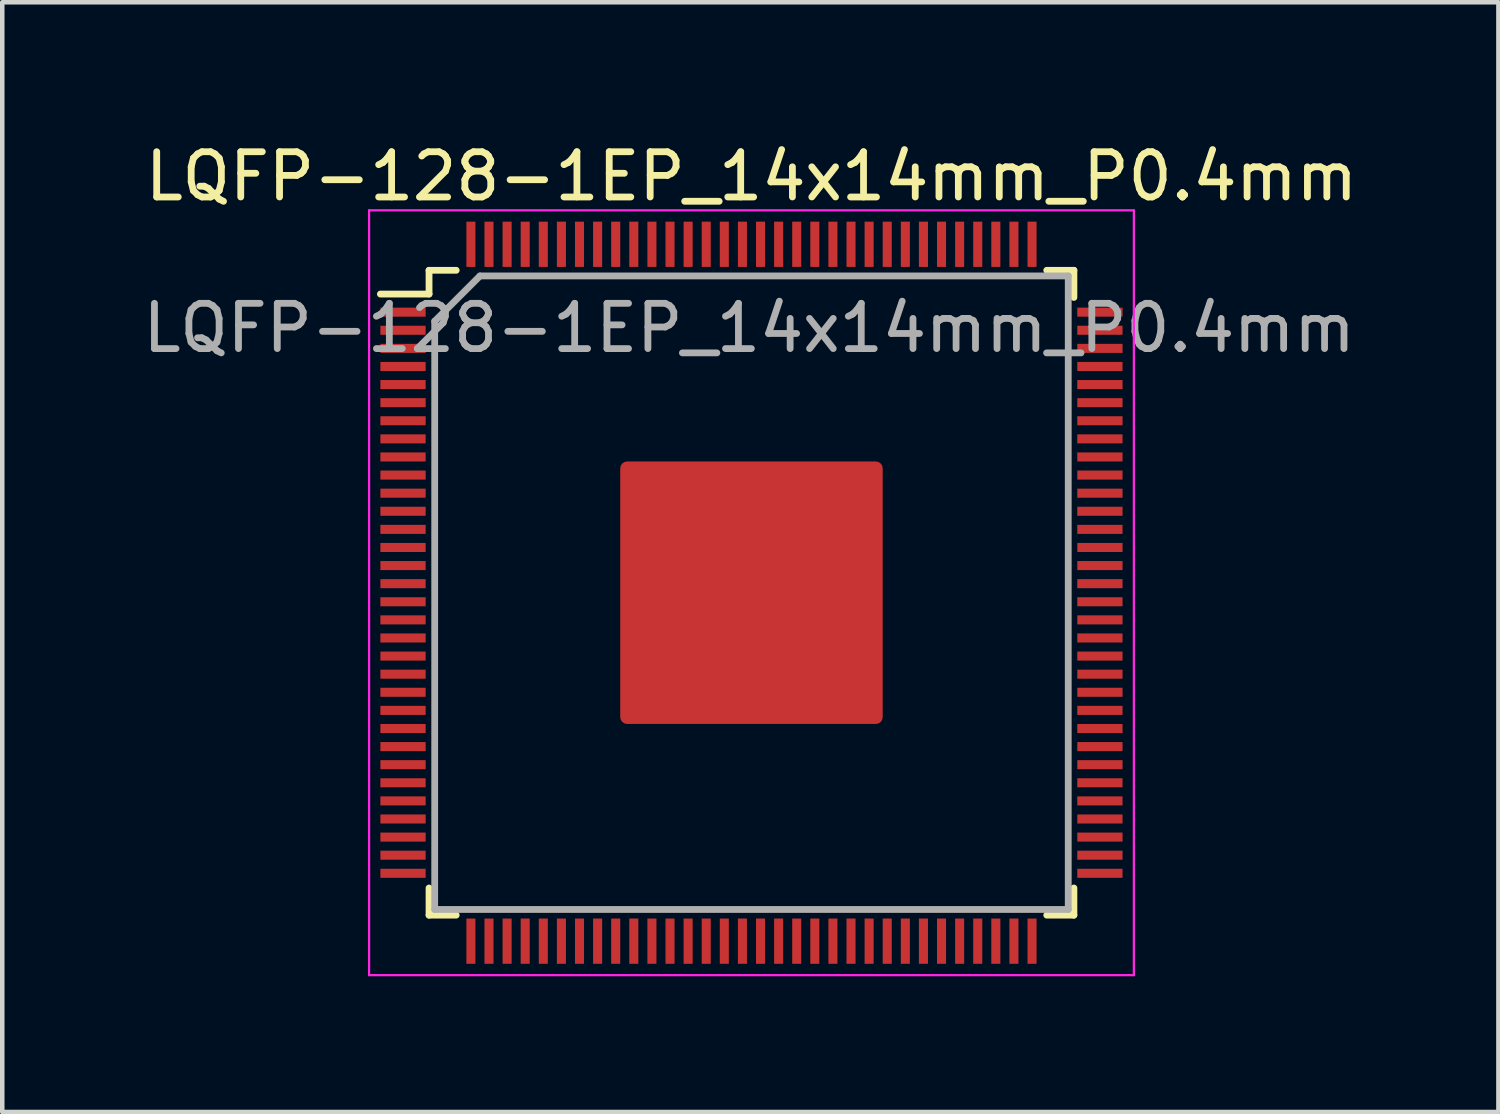
<source format=kicad_pcb>
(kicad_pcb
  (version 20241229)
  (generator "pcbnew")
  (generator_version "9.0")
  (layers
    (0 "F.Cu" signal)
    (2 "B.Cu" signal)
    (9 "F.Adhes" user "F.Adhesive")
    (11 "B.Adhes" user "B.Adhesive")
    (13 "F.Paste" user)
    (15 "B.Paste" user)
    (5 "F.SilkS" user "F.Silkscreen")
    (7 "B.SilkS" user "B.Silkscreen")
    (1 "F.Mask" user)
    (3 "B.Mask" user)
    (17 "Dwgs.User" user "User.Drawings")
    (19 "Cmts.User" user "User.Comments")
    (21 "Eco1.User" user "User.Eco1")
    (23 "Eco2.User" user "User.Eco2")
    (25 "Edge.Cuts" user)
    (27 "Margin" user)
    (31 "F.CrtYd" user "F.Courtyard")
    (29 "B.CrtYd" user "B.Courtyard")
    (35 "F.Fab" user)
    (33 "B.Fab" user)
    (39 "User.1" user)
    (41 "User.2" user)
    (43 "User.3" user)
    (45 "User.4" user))
  (footprint "LQFP-128-1EP_14x14mm_P0.4mm"
    (layer "F.Cu")
    (at 13.556 10.048)
    (property "Reference" "LQFP-128-1EP_14x14mm_P0.4mm" (at 0 -9.2 0) (layer "F.SilkS") (effects (font (size 1 1) (thickness 0.15))))
    (attr smd)
    (fp_line (start -7.125 -7.125) (end -7.125 -6.6) (stroke (width 0.15) (type solid)) (layer "F.SilkS"))
    (fp_line (start -7.125 -7.125) (end -6.525 -7.125) (stroke (width 0.15) (type solid)) (layer "F.SilkS"))
    (fp_line (start -7.125 -6.6) (end -8.2 -6.6) (stroke (width 0.15) (type solid)) (layer "F.SilkS"))
    (fp_line (start -7.125 7.125) (end -7.125 6.525) (stroke (width 0.15) (type solid)) (layer "F.SilkS"))
    (fp_line (start -7.125 7.125) (end -6.525 7.125) (stroke (width 0.15) (type solid)) (layer "F.SilkS"))
    (fp_line (start 7.125 -7.125) (end 6.525 -7.125) (stroke (width 0.15) (type solid)) (layer "F.SilkS"))
    (fp_line (start 7.125 -7.125) (end 7.125 -6.525) (stroke (width 0.15) (type solid)) (layer "F.SilkS"))
    (fp_line (start 7.125 7.125) (end 6.525 7.125) (stroke (width 0.15) (type solid)) (layer "F.SilkS"))
    (fp_line (start 7.125 7.125) (end 7.125 6.525) (stroke (width 0.15) (type solid)) (layer "F.SilkS"))
    (fp_line (start -8.45 -8.45) (end -8.45 8.45) (stroke (width 0.05) (type solid)) (layer "F.CrtYd"))
    (fp_line (start -8.45 -8.45) (end 8.45 -8.45) (stroke (width 0.05) (type solid)) (layer "F.CrtYd"))
    (fp_line (start -8.45 8.45) (end 8.45 8.45) (stroke (width 0.05) (type solid)) (layer "F.CrtYd"))
    (fp_line (start 8.45 -8.45) (end 8.45 8.45) (stroke (width 0.05) (type solid)) (layer "F.CrtYd"))
    (fp_line (start -7 -6) (end -6 -7) (stroke (width 0.15) (type solid)) (layer "F.Fab"))
    (fp_line (start -7 7) (end -7 -6) (stroke (width 0.15) (type solid)) (layer "F.Fab"))
    (fp_line (start -6 -7) (end 7 -7) (stroke (width 0.15) (type solid)) (layer "F.Fab"))
    (fp_line (start 7 -7) (end 7 7) (stroke (width 0.15) (type solid)) (layer "F.Fab"))
    (fp_line (start 7 7) (end -7 7) (stroke (width 0.15) (type solid)) (layer "F.Fab"))
    (fp_text user "${REFERENCE}" (at -0.05 -5.85 0) (layer "F.Fab") (effects (font (size 1 1) (thickness 0.15))))
    (pad "" smd roundrect (at -2 -2) (size 1.5 1.5) (layers "F.Paste") (roundrect_rratio 0.2))
    (pad "" smd roundrect (at -2 0) (size 1.5 1.5) (layers "F.Paste") (roundrect_rratio 0.2))
    (pad "" smd roundrect (at -2 2) (size 1.5 1.5) (layers "F.Paste") (roundrect_rratio 0.2))
    (pad "" smd roundrect (at 0 -2) (size 1.5 1.5) (layers "F.Paste") (roundrect_rratio 0.2))
    (pad "" smd roundrect (at 0 0) (size 1.5 1.5) (layers "F.Paste") (roundrect_rratio 0.2))
    (pad "" smd roundrect (at 0 2) (size 1.5 1.5) (layers "F.Paste") (roundrect_rratio 0.2))
    (pad "" smd roundrect (at 2 -2) (size 1.5 1.5) (layers "F.Paste") (roundrect_rratio 0.2))
    (pad "" smd roundrect (at 2 0) (size 1.5 1.5) (layers "F.Paste") (roundrect_rratio 0.2))
    (pad "" smd roundrect (at 2 2) (size 1.5 1.5) (layers "F.Paste") (roundrect_rratio 0.2))
    (pad "1" smd rect (at -7.7 -6.2) (size 1 0.2) (layers "F.Cu" "F.Mask" "F.Paste"))
    (pad "2" smd rect (at -7.7 -5.8) (size 1 0.2) (layers "F.Cu" "F.Mask" "F.Paste"))
    (pad "3" smd rect (at -7.7 -5.4) (size 1 0.2) (layers "F.Cu" "F.Mask" "F.Paste"))
    (pad "4" smd rect (at -7.7 -5) (size 1 0.2) (layers "F.Cu" "F.Mask" "F.Paste"))
    (pad "5" smd rect (at -7.7 -4.6) (size 1 0.2) (layers "F.Cu" "F.Mask" "F.Paste"))
    (pad "6" smd rect (at -7.7 -4.2) (size 1 0.2) (layers "F.Cu" "F.Mask" "F.Paste"))
    (pad "7" smd rect (at -7.7 -3.8) (size 1 0.2) (layers "F.Cu" "F.Mask" "F.Paste"))
    (pad "8" smd rect (at -7.7 -3.4) (size 1 0.2) (layers "F.Cu" "F.Mask" "F.Paste"))
    (pad "9" smd rect (at -7.7 -3) (size 1 0.2) (layers "F.Cu" "F.Mask" "F.Paste"))
    (pad "10" smd rect (at -7.7 -2.6) (size 1 0.2) (layers "F.Cu" "F.Mask" "F.Paste"))
    (pad "11" smd rect (at -7.7 -2.2) (size 1 0.2) (layers "F.Cu" "F.Mask" "F.Paste"))
    (pad "12" smd rect (at -7.7 -1.8) (size 1 0.2) (layers "F.Cu" "F.Mask" "F.Paste"))
    (pad "13" smd rect (at -7.7 -1.4) (size 1 0.2) (layers "F.Cu" "F.Mask" "F.Paste"))
    (pad "14" smd rect (at -7.7 -1) (size 1 0.2) (layers "F.Cu" "F.Mask" "F.Paste"))
    (pad "15" smd rect (at -7.7 -0.6) (size 1 0.2) (layers "F.Cu" "F.Mask" "F.Paste"))
    (pad "16" smd rect (at -7.7 -0.2) (size 1 0.2) (layers "F.Cu" "F.Mask" "F.Paste"))
    (pad "17" smd rect (at -7.7 0.2) (size 1 0.2) (layers "F.Cu" "F.Mask" "F.Paste"))
    (pad "18" smd rect (at -7.7 0.6) (size 1 0.2) (layers "F.Cu" "F.Mask" "F.Paste"))
    (pad "19" smd rect (at -7.7 1) (size 1 0.2) (layers "F.Cu" "F.Mask" "F.Paste"))
    (pad "20" smd rect (at -7.7 1.4) (size 1 0.2) (layers "F.Cu" "F.Mask" "F.Paste"))
    (pad "21" smd rect (at -7.7 1.8) (size 1 0.2) (layers "F.Cu" "F.Mask" "F.Paste"))
    (pad "22" smd rect (at -7.7 2.2) (size 1 0.2) (layers "F.Cu" "F.Mask" "F.Paste"))
    (pad "23" smd rect (at -7.7 2.6) (size 1 0.2) (layers "F.Cu" "F.Mask" "F.Paste"))
    (pad "24" smd rect (at -7.7 3) (size 1 0.2) (layers "F.Cu" "F.Mask" "F.Paste"))
    (pad "25" smd rect (at -7.7 3.4) (size 1 0.2) (layers "F.Cu" "F.Mask" "F.Paste"))
    (pad "26" smd rect (at -7.7 3.8) (size 1 0.2) (layers "F.Cu" "F.Mask" "F.Paste"))
    (pad "27" smd rect (at -7.7 4.2) (size 1 0.2) (layers "F.Cu" "F.Mask" "F.Paste"))
    (pad "28" smd rect (at -7.7 4.6) (size 1 0.2) (layers "F.Cu" "F.Mask" "F.Paste"))
    (pad "29" smd rect (at -7.7 5) (size 1 0.2) (layers "F.Cu" "F.Mask" "F.Paste"))
    (pad "30" smd rect (at -7.7 5.4) (size 1 0.2) (layers "F.Cu" "F.Mask" "F.Paste"))
    (pad "31" smd rect (at -7.7 5.8) (size 1 0.2) (layers "F.Cu" "F.Mask" "F.Paste"))
    (pad "32" smd rect (at -7.7 6.2) (size 1 0.2) (layers "F.Cu" "F.Mask" "F.Paste"))
    (pad "33" smd rect (at -6.2 7.7 90) (size 1 0.2) (layers "F.Cu" "F.Mask" "F.Paste"))
    (pad "34" smd rect (at -5.8 7.7 90) (size 1 0.2) (layers "F.Cu" "F.Mask" "F.Paste"))
    (pad "35" smd rect (at -5.4 7.7 90) (size 1 0.2) (layers "F.Cu" "F.Mask" "F.Paste"))
    (pad "36" smd rect (at -5 7.7 90) (size 1 0.2) (layers "F.Cu" "F.Mask" "F.Paste"))
    (pad "37" smd rect (at -4.6 7.7 90) (size 1 0.2) (layers "F.Cu" "F.Mask" "F.Paste"))
    (pad "38" smd rect (at -4.2 7.7 90) (size 1 0.2) (layers "F.Cu" "F.Mask" "F.Paste"))
    (pad "39" smd rect (at -3.8 7.7 90) (size 1 0.2) (layers "F.Cu" "F.Mask" "F.Paste"))
    (pad "40" smd rect (at -3.4 7.7 90) (size 1 0.2) (layers "F.Cu" "F.Mask" "F.Paste"))
    (pad "41" smd rect (at -3 7.7 90) (size 1 0.2) (layers "F.Cu" "F.Mask" "F.Paste"))
    (pad "42" smd rect (at -2.6 7.7 90) (size 1 0.2) (layers "F.Cu" "F.Mask" "F.Paste"))
    (pad "43" smd rect (at -2.2 7.7 90) (size 1 0.2) (layers "F.Cu" "F.Mask" "F.Paste"))
    (pad "44" smd rect (at -1.8 7.7 90) (size 1 0.2) (layers "F.Cu" "F.Mask" "F.Paste"))
    (pad "45" smd rect (at -1.4 7.7 90) (size 1 0.2) (layers "F.Cu" "F.Mask" "F.Paste"))
    (pad "46" smd rect (at -1 7.7 90) (size 1 0.2) (layers "F.Cu" "F.Mask" "F.Paste"))
    (pad "47" smd rect (at -0.6 7.7 90) (size 1 0.2) (layers "F.Cu" "F.Mask" "F.Paste"))
    (pad "48" smd rect (at -0.2 7.7 90) (size 1 0.2) (layers "F.Cu" "F.Mask" "F.Paste"))
    (pad "49" smd rect (at 0.2 7.7 90) (size 1 0.2) (layers "F.Cu" "F.Mask" "F.Paste"))
    (pad "50" smd rect (at 0.6 7.7 90) (size 1 0.2) (layers "F.Cu" "F.Mask" "F.Paste"))
    (pad "51" smd rect (at 1 7.7 90) (size 1 0.2) (layers "F.Cu" "F.Mask" "F.Paste"))
    (pad "52" smd rect (at 1.4 7.7 90) (size 1 0.2) (layers "F.Cu" "F.Mask" "F.Paste"))
    (pad "53" smd rect (at 1.8 7.7 90) (size 1 0.2) (layers "F.Cu" "F.Mask" "F.Paste"))
    (pad "54" smd rect (at 2.2 7.7 90) (size 1 0.2) (layers "F.Cu" "F.Mask" "F.Paste"))
    (pad "55" smd rect (at 2.6 7.7 90) (size 1 0.2) (layers "F.Cu" "F.Mask" "F.Paste"))
    (pad "56" smd rect (at 3 7.7 90) (size 1 0.2) (layers "F.Cu" "F.Mask" "F.Paste"))
    (pad "57" smd rect (at 3.4 7.7 90) (size 1 0.2) (layers "F.Cu" "F.Mask" "F.Paste"))
    (pad "58" smd rect (at 3.8 7.7 90) (size 1 0.2) (layers "F.Cu" "F.Mask" "F.Paste"))
    (pad "59" smd rect (at 4.2 7.7 90) (size 1 0.2) (layers "F.Cu" "F.Mask" "F.Paste"))
    (pad "60" smd rect (at 4.6 7.7 90) (size 1 0.2) (layers "F.Cu" "F.Mask" "F.Paste"))
    (pad "61" smd rect (at 5 7.7 90) (size 1 0.2) (layers "F.Cu" "F.Mask" "F.Paste"))
    (pad "62" smd rect (at 5.4 7.7 90) (size 1 0.2) (layers "F.Cu" "F.Mask" "F.Paste"))
    (pad "63" smd rect (at 5.8 7.7 90) (size 1 0.2) (layers "F.Cu" "F.Mask" "F.Paste"))
    (pad "64" smd rect (at 6.2 7.7 90) (size 1 0.2) (layers "F.Cu" "F.Mask" "F.Paste"))
    (pad "65" smd rect (at 7.7 6.2) (size 1 0.2) (layers "F.Cu" "F.Mask" "F.Paste"))
    (pad "66" smd rect (at 7.7 5.8) (size 1 0.2) (layers "F.Cu" "F.Mask" "F.Paste"))
    (pad "67" smd rect (at 7.7 5.4) (size 1 0.2) (layers "F.Cu" "F.Mask" "F.Paste"))
    (pad "68" smd rect (at 7.7 5) (size 1 0.2) (layers "F.Cu" "F.Mask" "F.Paste"))
    (pad "69" smd rect (at 7.7 4.6) (size 1 0.2) (layers "F.Cu" "F.Mask" "F.Paste"))
    (pad "70" smd rect (at 7.7 4.2) (size 1 0.2) (layers "F.Cu" "F.Mask" "F.Paste"))
    (pad "71" smd rect (at 7.7 3.8) (size 1 0.2) (layers "F.Cu" "F.Mask" "F.Paste"))
    (pad "72" smd rect (at 7.7 3.4) (size 1 0.2) (layers "F.Cu" "F.Mask" "F.Paste"))
    (pad "73" smd rect (at 7.7 3) (size 1 0.2) (layers "F.Cu" "F.Mask" "F.Paste"))
    (pad "74" smd rect (at 7.7 2.6) (size 1 0.2) (layers "F.Cu" "F.Mask" "F.Paste"))
    (pad "75" smd rect (at 7.7 2.2) (size 1 0.2) (layers "F.Cu" "F.Mask" "F.Paste"))
    (pad "76" smd rect (at 7.7 1.8) (size 1 0.2) (layers "F.Cu" "F.Mask" "F.Paste"))
    (pad "77" smd rect (at 7.7 1.4) (size 1 0.2) (layers "F.Cu" "F.Mask" "F.Paste"))
    (pad "78" smd rect (at 7.7 1) (size 1 0.2) (layers "F.Cu" "F.Mask" "F.Paste"))
    (pad "79" smd rect (at 7.7 0.6) (size 1 0.2) (layers "F.Cu" "F.Mask" "F.Paste"))
    (pad "80" smd rect (at 7.7 0.2) (size 1 0.2) (layers "F.Cu" "F.Mask" "F.Paste"))
    (pad "81" smd rect (at 7.7 -0.2) (size 1 0.2) (layers "F.Cu" "F.Mask" "F.Paste"))
    (pad "82" smd rect (at 7.7 -0.6) (size 1 0.2) (layers "F.Cu" "F.Mask" "F.Paste"))
    (pad "83" smd rect (at 7.7 -1) (size 1 0.2) (layers "F.Cu" "F.Mask" "F.Paste"))
    (pad "84" smd rect (at 7.7 -1.4) (size 1 0.2) (layers "F.Cu" "F.Mask" "F.Paste"))
    (pad "85" smd rect (at 7.7 -1.8) (size 1 0.2) (layers "F.Cu" "F.Mask" "F.Paste"))
    (pad "86" smd rect (at 7.7 -2.2) (size 1 0.2) (layers "F.Cu" "F.Mask" "F.Paste"))
    (pad "87" smd rect (at 7.7 -2.6) (size 1 0.2) (layers "F.Cu" "F.Mask" "F.Paste"))
    (pad "88" smd rect (at 7.7 -3) (size 1 0.2) (layers "F.Cu" "F.Mask" "F.Paste"))
    (pad "89" smd rect (at 7.7 -3.4) (size 1 0.2) (layers "F.Cu" "F.Mask" "F.Paste"))
    (pad "90" smd rect (at 7.7 -3.8) (size 1 0.2) (layers "F.Cu" "F.Mask" "F.Paste"))
    (pad "91" smd rect (at 7.7 -4.2) (size 1 0.2) (layers "F.Cu" "F.Mask" "F.Paste"))
    (pad "92" smd rect (at 7.7 -4.6) (size 1 0.2) (layers "F.Cu" "F.Mask" "F.Paste"))
    (pad "93" smd rect (at 7.7 -5) (size 1 0.2) (layers "F.Cu" "F.Mask" "F.Paste"))
    (pad "94" smd rect (at 7.7 -5.4) (size 1 0.2) (layers "F.Cu" "F.Mask" "F.Paste"))
    (pad "95" smd rect (at 7.7 -5.8) (size 1 0.2) (layers "F.Cu" "F.Mask" "F.Paste"))
    (pad "96" smd rect (at 7.7 -6.2) (size 1 0.2) (layers "F.Cu" "F.Mask" "F.Paste"))
    (pad "97" smd rect (at 6.2 -7.7 90) (size 1 0.2) (layers "F.Cu" "F.Mask" "F.Paste"))
    (pad "98" smd rect (at 5.8 -7.7 90) (size 1 0.2) (layers "F.Cu" "F.Mask" "F.Paste"))
    (pad "99" smd rect (at 5.4 -7.7 90) (size 1 0.2) (layers "F.Cu" "F.Mask" "F.Paste"))
    (pad "100" smd rect (at 5 -7.7 90) (size 1 0.2) (layers "F.Cu" "F.Mask" "F.Paste"))
    (pad "101" smd rect (at 4.6 -7.7 90) (size 1 0.2) (layers "F.Cu" "F.Mask" "F.Paste"))
    (pad "102" smd rect (at 4.2 -7.7 90) (size 1 0.2) (layers "F.Cu" "F.Mask" "F.Paste"))
    (pad "103" smd rect (at 3.8 -7.7 90) (size 1 0.2) (layers "F.Cu" "F.Mask" "F.Paste"))
    (pad "104" smd rect (at 3.4 -7.7 90) (size 1 0.2) (layers "F.Cu" "F.Mask" "F.Paste"))
    (pad "105" smd rect (at 3 -7.7 90) (size 1 0.2) (layers "F.Cu" "F.Mask" "F.Paste"))
    (pad "106" smd rect (at 2.6 -7.7 90) (size 1 0.2) (layers "F.Cu" "F.Mask" "F.Paste"))
    (pad "107" smd rect (at 2.2 -7.7 90) (size 1 0.2) (layers "F.Cu" "F.Mask" "F.Paste"))
    (pad "108" smd rect (at 1.8 -7.7 90) (size 1 0.2) (layers "F.Cu" "F.Mask" "F.Paste"))
    (pad "109" smd rect (at 1.4 -7.7 90) (size 1 0.2) (layers "F.Cu" "F.Mask" "F.Paste"))
    (pad "110" smd rect (at 1 -7.7 90) (size 1 0.2) (layers "F.Cu" "F.Mask" "F.Paste"))
    (pad "111" smd rect (at 0.6 -7.7 90) (size 1 0.2) (layers "F.Cu" "F.Mask" "F.Paste"))
    (pad "112" smd rect (at 0.2 -7.7 90) (size 1 0.2) (layers "F.Cu" "F.Mask" "F.Paste"))
    (pad "113" smd rect (at -0.2 -7.7 90) (size 1 0.2) (layers "F.Cu" "F.Mask" "F.Paste"))
    (pad "114" smd rect (at -0.6 -7.7 90) (size 1 0.2) (layers "F.Cu" "F.Mask" "F.Paste"))
    (pad "115" smd rect (at -1 -7.7 90) (size 1 0.2) (layers "F.Cu" "F.Mask" "F.Paste"))
    (pad "116" smd rect (at -1.4 -7.7 90) (size 1 0.2) (layers "F.Cu" "F.Mask" "F.Paste"))
    (pad "117" smd rect (at -1.8 -7.7 90) (size 1 0.2) (layers "F.Cu" "F.Mask" "F.Paste"))
    (pad "118" smd rect (at -2.2 -7.7 90) (size 1 0.2) (layers "F.Cu" "F.Mask" "F.Paste"))
    (pad "119" smd rect (at -2.6 -7.7 90) (size 1 0.2) (layers "F.Cu" "F.Mask" "F.Paste"))
    (pad "120" smd rect (at -3 -7.7 90) (size 1 0.2) (layers "F.Cu" "F.Mask" "F.Paste"))
    (pad "121" smd rect (at -3.4 -7.7 90) (size 1 0.2) (layers "F.Cu" "F.Mask" "F.Paste"))
    (pad "122" smd rect (at -3.8 -7.7 90) (size 1 0.2) (layers "F.Cu" "F.Mask" "F.Paste"))
    (pad "123" smd rect (at -4.2 -7.7 90) (size 1 0.2) (layers "F.Cu" "F.Mask" "F.Paste"))
    (pad "124" smd rect (at -4.6 -7.7 90) (size 1 0.2) (layers "F.Cu" "F.Mask" "F.Paste"))
    (pad "125" smd rect (at -5 -7.7 90) (size 1 0.2) (layers "F.Cu" "F.Mask" "F.Paste"))
    (pad "126" smd rect (at -5.4 -7.7 90) (size 1 0.2) (layers "F.Cu" "F.Mask" "F.Paste"))
    (pad "127" smd rect (at -5.8 -7.7 90) (size 1 0.2) (layers "F.Cu" "F.Mask" "F.Paste"))
    (pad "128" smd rect (at -6.2 -7.7 90) (size 1 0.2) (layers "F.Cu" "F.Mask" "F.Paste"))
    (pad "129" smd roundrect (at 0 0) (size 5.8 5.8) (layers "F.Cu" "F.Mask") (roundrect_rratio 0.026)))
  (gr_rect
    (start -3 -3)
    (end 30.062 21.523)
    (stroke (width 0.1) (type default))
    (fill no)
    (layer "Edge.Cuts")))
</source>
